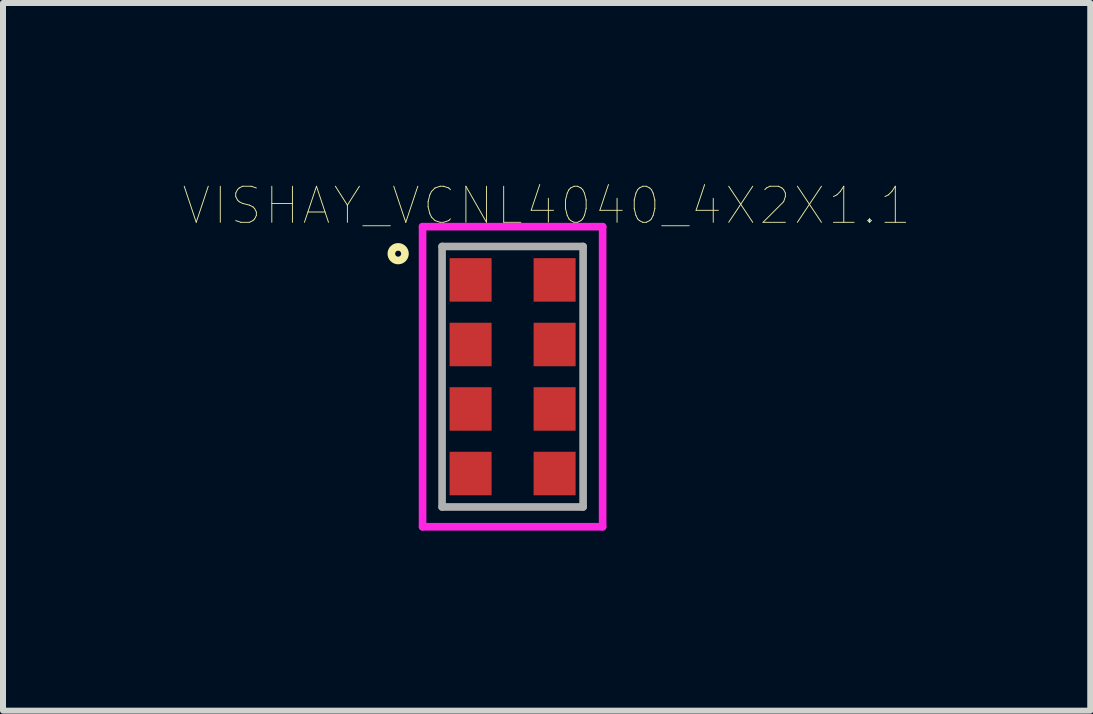
<source format=kicad_pcb>
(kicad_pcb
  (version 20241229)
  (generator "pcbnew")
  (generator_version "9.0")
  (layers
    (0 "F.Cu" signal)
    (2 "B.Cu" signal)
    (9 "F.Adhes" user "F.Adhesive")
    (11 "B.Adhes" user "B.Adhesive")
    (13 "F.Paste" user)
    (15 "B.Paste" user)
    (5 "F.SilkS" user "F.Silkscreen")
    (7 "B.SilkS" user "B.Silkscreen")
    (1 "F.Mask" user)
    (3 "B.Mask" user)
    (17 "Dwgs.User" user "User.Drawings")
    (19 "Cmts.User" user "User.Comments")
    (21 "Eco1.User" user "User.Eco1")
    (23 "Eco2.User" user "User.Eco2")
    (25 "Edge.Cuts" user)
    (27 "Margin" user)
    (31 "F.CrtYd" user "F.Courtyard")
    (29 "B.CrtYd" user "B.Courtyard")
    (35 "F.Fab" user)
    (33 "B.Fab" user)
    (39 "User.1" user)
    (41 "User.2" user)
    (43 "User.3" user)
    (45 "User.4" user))
  (footprint "VISHAY_VCNL4040_4X2X1.1"
    (layer "F.Cu")
    (at 5.491 3.227)
    (property "Reference" "VISHAY_VCNL4040_4X2X1.1" (at 0.567 -2.85 0) (layer "F.SilkS") (effects (font (size 0.601 0.601) (thickness 0.015))))
    (attr through_hole)
    (fp_circle (center -1.907 -2.05) (end -1.857 -2.05) (stroke (width 0.127) (type solid)) (fill no) (layer "F.SilkS"))
    (fp_line (start -1.5 -2.5) (end 1.5 -2.5) (stroke (width 0.127) (type solid)) (layer "F.CrtYd"))
    (fp_line (start -1.5 2.5) (end -1.5 -2.5) (stroke (width 0.127) (type solid)) (layer "F.CrtYd"))
    (fp_line (start 1.5 -2.5) (end 1.5 2.5) (stroke (width 0.127) (type solid)) (layer "F.CrtYd"))
    (fp_line (start 1.5 2.5) (end -1.5 2.5) (stroke (width 0.127) (type solid)) (layer "F.CrtYd"))
    (fp_line (start -1.175 -2.17) (end 1.175 -2.17) (stroke (width 0.127) (type solid)) (layer "F.Fab"))
    (fp_line (start -1.175 2.17) (end -1.175 -2.17) (stroke (width 0.127) (type solid)) (layer "F.Fab"))
    (fp_line (start 1.175 -2.17) (end 1.175 2.17) (stroke (width 0.127) (type solid)) (layer "F.Fab"))
    (fp_line (start 1.175 2.17) (end -1.175 2.17) (stroke (width 0.127) (type solid)) (layer "F.Fab"))
    (pad "1" smd rect (at -0.7 -1.613) (size 0.7 0.725) (layers "F.Cu" "F.Mask" "F.Paste"))
    (pad "2" smd rect (at -0.7 -0.537) (size 0.7 0.725) (layers "F.Cu" "F.Mask" "F.Paste"))
    (pad "3" smd rect (at -0.7 0.537) (size 0.7 0.725) (layers "F.Cu" "F.Mask" "F.Paste"))
    (pad "4" smd rect (at -0.7 1.613) (size 0.7 0.725) (layers "F.Cu" "F.Mask" "F.Paste"))
    (pad "5" smd rect (at 0.7 1.613) (size 0.7 0.725) (layers "F.Cu" "F.Mask" "F.Paste"))
    (pad "6" smd rect (at 0.7 0.537) (size 0.7 0.725) (layers "F.Cu" "F.Mask" "F.Paste"))
    (pad "7" smd rect (at 0.7 -0.537) (size 0.7 0.725) (layers "F.Cu" "F.Mask" "F.Paste"))
    (pad "8" smd rect (at 0.7 -1.613) (size 0.7 0.725) (layers "F.Cu" "F.Mask" "F.Paste")))
  (gr_rect
    (start -3 -3)
    (end 15.116 8.791)
    (stroke (width 0.1) (type default))
    (fill no)
    (layer "Edge.Cuts")))
</source>
